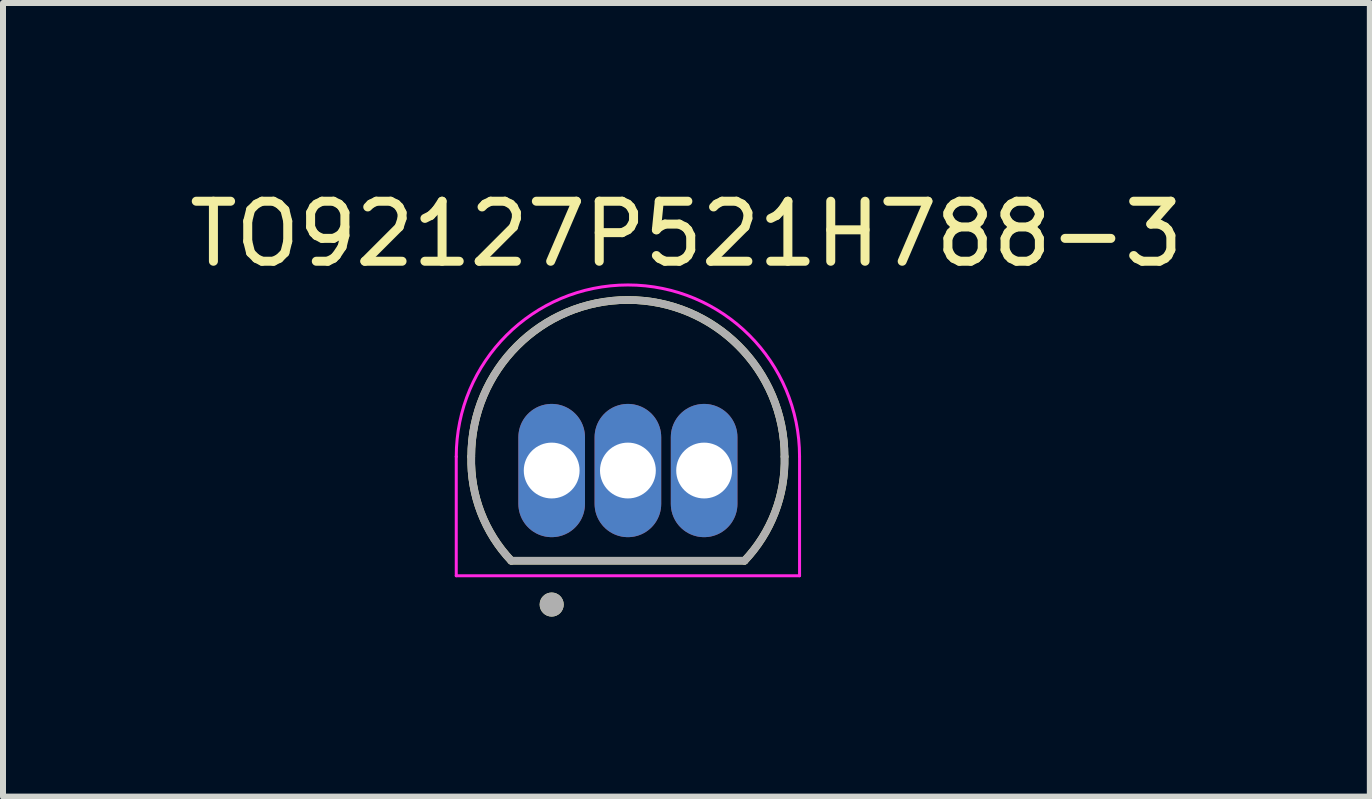
<source format=kicad_pcb>
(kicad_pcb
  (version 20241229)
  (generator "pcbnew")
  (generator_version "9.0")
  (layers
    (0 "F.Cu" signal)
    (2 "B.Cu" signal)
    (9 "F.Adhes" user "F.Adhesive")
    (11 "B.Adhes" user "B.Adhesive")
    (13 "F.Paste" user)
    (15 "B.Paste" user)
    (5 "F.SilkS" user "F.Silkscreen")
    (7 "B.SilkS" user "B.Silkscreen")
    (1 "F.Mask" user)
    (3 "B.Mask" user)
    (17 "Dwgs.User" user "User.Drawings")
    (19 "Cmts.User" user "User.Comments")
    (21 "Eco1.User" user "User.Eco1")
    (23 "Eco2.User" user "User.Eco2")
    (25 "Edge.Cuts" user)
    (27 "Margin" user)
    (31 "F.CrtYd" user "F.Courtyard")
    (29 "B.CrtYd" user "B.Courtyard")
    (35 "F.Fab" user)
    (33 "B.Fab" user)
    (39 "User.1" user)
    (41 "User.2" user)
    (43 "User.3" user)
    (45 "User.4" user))
  (footprint "TO92127P521H788-3"
    (layer "F.Cu")
    (at 7.412 4.123)
    (property "Reference" "TO92127P521H788-3" (at 0.975 -3.275 0) (layer "F.SilkS") (effects (font (size 1 1) (thickness 0.15))))
    (attr through_hole)
    (fp_line (start -1.943 2.17) (end 1.943 2.17) (stroke (width 0.127) (type solid)) (layer "F.SilkS"))
    (fp_arc (start -2.61 0.435) (mid 0 -2.168176) (end 2.61 0.435) (stroke (width 0.127) (type solid)) (layer "F.SilkS"))
    (fp_arc (start -1.943 2.17) (mid -2.449056 1.368837) (end -2.61 0.435) (stroke (width 0.127) (type solid)) (layer "F.SilkS"))
    (fp_arc (start 2.61 0.435) (mid 2.449057 1.368837) (end 1.943 2.17) (stroke (width 0.127) (type solid)) (layer "F.SilkS"))
    (fp_circle (center -1.27 2.9) (end -1.17 2.9) (stroke (width 0.2) (type solid)) (fill no) (layer "F.SilkS"))
    (fp_line (start -2.86 0.435) (end -2.86 2.42) (stroke (width 0.05) (type solid)) (layer "F.CrtYd"))
    (fp_line (start -2.86 2.42) (end 2.86 2.42) (stroke (width 0.05) (type solid)) (layer "F.CrtYd"))
    (fp_line (start 2.86 2.42) (end 2.86 0.435) (stroke (width 0.05) (type solid)) (layer "F.CrtYd"))
    (fp_arc (start -2.86 0.434999) (mid 0 -2.417523) (end 2.86 0.435) (stroke (width 0.05) (type solid)) (layer "F.CrtYd"))
    (fp_line (start -1.943 2.17) (end 1.943 2.17) (stroke (width 0.127) (type solid)) (layer "F.Fab"))
    (fp_arc (start -2.61 0.435) (mid 0 -2.168176) (end 2.61 0.435) (stroke (width 0.127) (type solid)) (layer "F.Fab"))
    (fp_arc (start -1.943 2.17) (mid -2.449056 1.368837) (end -2.61 0.435) (stroke (width 0.127) (type solid)) (layer "F.Fab"))
    (fp_arc (start 2.61 0.435) (mid 2.449057 1.368837) (end 1.943 2.17) (stroke (width 0.127) (type solid)) (layer "F.Fab"))
    (fp_circle (center -1.27 2.9) (end -1.17 2.9) (stroke (width 0.2) (type solid)) (fill no) (layer "F.Fab"))
    (pad "1" thru_hole oval (at -1.27 0.667) (size 1.11 2.22) (drill 0.93) (layers "*.Cu" "*.Mask"))
    (pad "2" thru_hole oval (at 0 0.667) (size 1.11 2.22) (drill 0.93) (layers "*.Cu" "*.Mask"))
    (pad "3" thru_hole oval (at 1.27 0.667) (size 1.11 2.22) (drill 0.93) (layers "*.Cu" "*.Mask")))
  (gr_rect
    (start -3 -3)
    (end 19.774 10.223)
    (stroke (width 0.1) (type default))
    (fill no)
    (layer "Edge.Cuts")))
</source>
